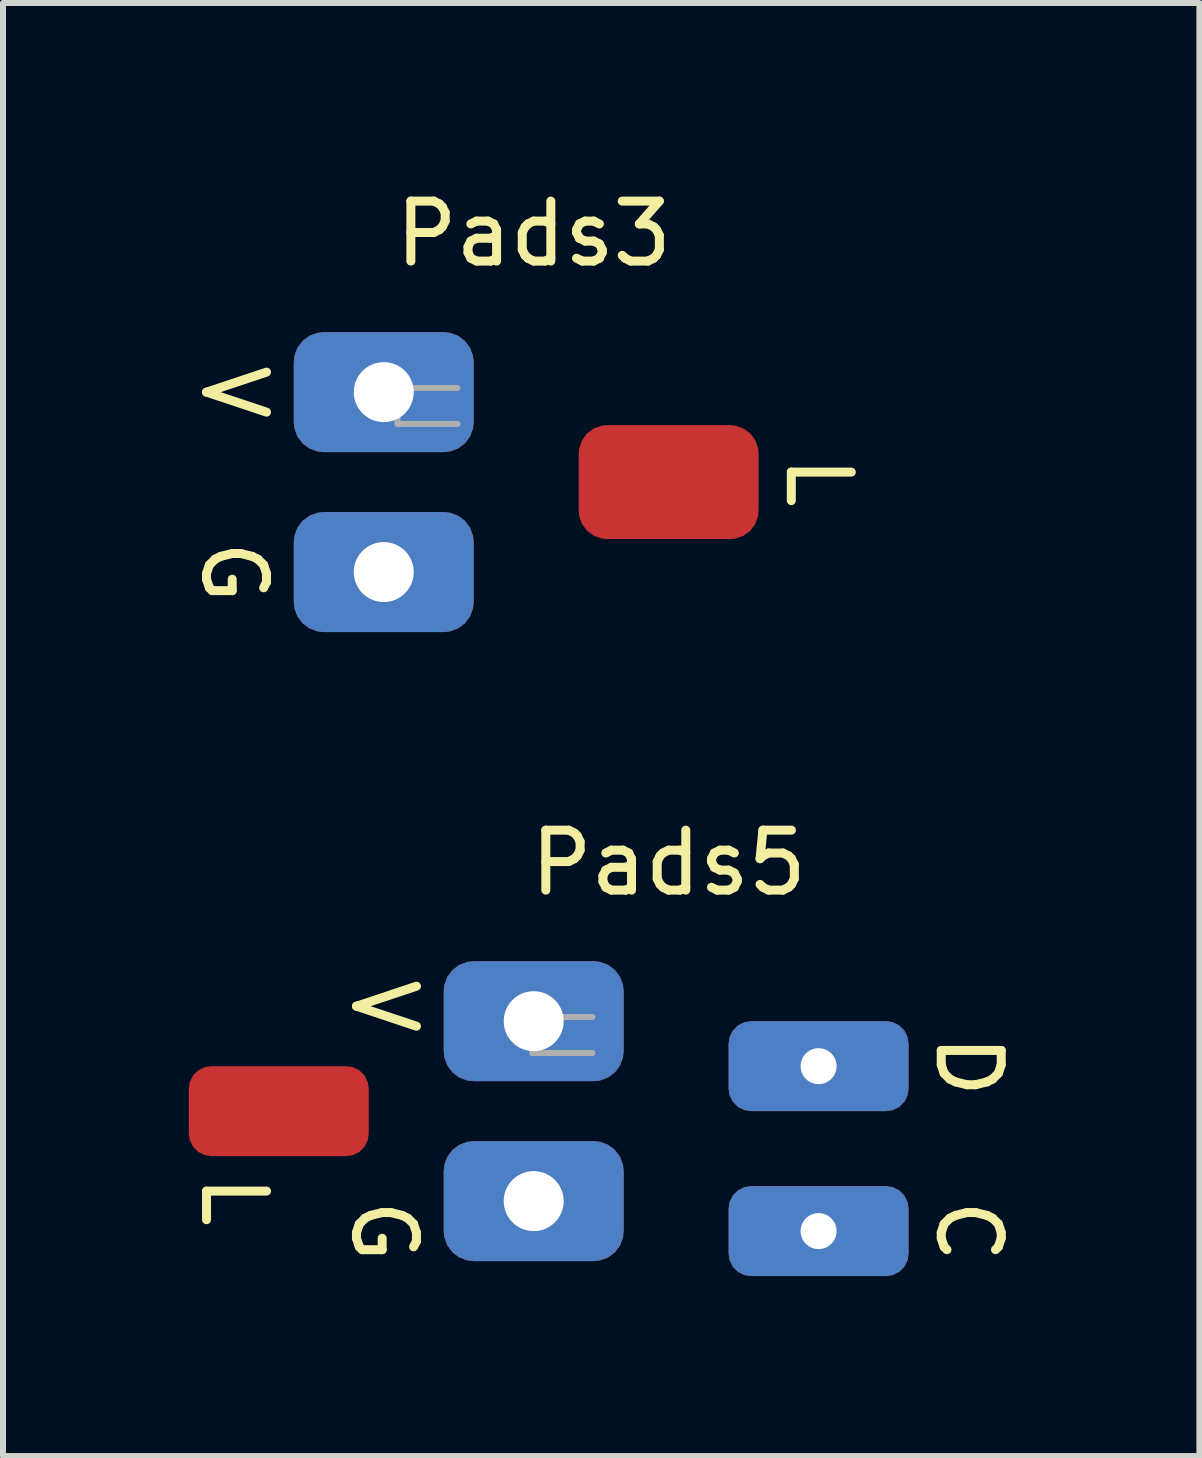
<source format=kicad_pcb>
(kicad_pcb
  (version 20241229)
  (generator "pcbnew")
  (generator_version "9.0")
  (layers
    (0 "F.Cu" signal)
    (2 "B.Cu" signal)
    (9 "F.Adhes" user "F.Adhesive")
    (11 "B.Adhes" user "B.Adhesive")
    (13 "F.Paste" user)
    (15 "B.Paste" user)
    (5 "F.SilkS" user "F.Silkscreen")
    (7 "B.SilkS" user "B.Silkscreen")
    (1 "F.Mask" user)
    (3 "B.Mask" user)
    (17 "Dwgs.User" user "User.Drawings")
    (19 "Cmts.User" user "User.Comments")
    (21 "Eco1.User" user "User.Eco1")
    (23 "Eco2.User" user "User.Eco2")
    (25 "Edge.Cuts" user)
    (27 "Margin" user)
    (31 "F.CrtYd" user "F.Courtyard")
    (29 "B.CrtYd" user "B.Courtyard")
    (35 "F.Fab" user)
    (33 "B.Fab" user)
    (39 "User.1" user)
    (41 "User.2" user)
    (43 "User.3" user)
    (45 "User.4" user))
  (footprint "Pads5"
    (layer "F.Cu")
    (at 8.098 15.476)
    (property "Reference" "Pads5" (at 0 -4.14 0) (layer "F.SilkS") (effects (font (size 1 1) (thickness 0.15))))
    (attr smd)
    (fp_line (start -2.27 -1.57) (end -1.27 -1.57) (stroke (width 0.1) (type solid)) (layer "F.Fab"))
    (fp_line (start -2.27 -0.97) (end -2.27 -1.57) (stroke (width 0.1) (type solid)) (layer "F.Fab"))
    (fp_line (start -1.27 -0.97) (end -2.27 -0.97) (stroke (width 0.1) (type solid)) (layer "F.Fab"))
    (fp_text user "D" (at 5 -0.75 270) (unlocked yes) (layer "F.SilkS") (effects (font (size 1 1) (thickness 0.15))))
    (fp_text user "V" (at -4.75 -1.75 270) (unlocked yes) (layer "F.SilkS") (effects (font (size 1 1) (thickness 0.15))))
    (fp_text user "C" (at 5 2 270) (unlocked yes) (layer "F.SilkS") (effects (font (size 1 1) (thickness 0.15))))
    (fp_text user "G" (at -4.75 2 270) (unlocked yes) (layer "F.SilkS") (effects (font (size 1 1) (thickness 0.15))))
    (fp_text user "L" (at -7.25 1.5 270) (unlocked yes) (layer "F.SilkS") (effects (font (size 1 1) (thickness 0.15))))
    (pad "1" thru_hole roundrect (at -2.25 -1.5) (size 3 2) (drill 1) (layers "*.Cu" "*.Mask") (roundrect_rratio 0.25))
    (pad "2" smd roundrect (at -6.5 0) (size 3 1.5) (layers "F.Cu" "F.Mask" "F.Paste") (roundrect_rratio 0.25))
    (pad "3" thru_hole roundrect (at 2.5 -0.75) (size 3 1.5) (drill 0.6) (layers "*.Cu" "*.Mask") (roundrect_rratio 0.25))
    (pad "4" thru_hole roundrect (at 2.5 2) (size 3 1.5) (drill 0.6) (layers "*.Cu" "*.Mask") (roundrect_rratio 0.25))
    (pad "5" thru_hole roundrect (at -2.25 1.5) (size 3 2) (drill 1) (layers "*.Cu" "*.Mask") (roundrect_rratio 0.25)))
  (footprint "Pads3"
    (layer "F.Cu")
    (at 5.848 4.988)
    (property "Reference" "Pads3" (at 0 -4.14 0) (layer "F.SilkS") (effects (font (size 1 1) (thickness 0.15))))
    (attr smd)
    (fp_line (start -2.27 -1.57) (end -1.27 -1.57) (stroke (width 0.1) (type solid)) (layer "F.Fab"))
    (fp_line (start -2.27 -0.97) (end -2.27 -1.57) (stroke (width 0.1) (type solid)) (layer "F.Fab"))
    (fp_line (start -1.27 -0.97) (end -2.27 -0.97) (stroke (width 0.1) (type solid)) (layer "F.Fab"))
    (fp_text user "L" (at 4.75 0 270) (unlocked yes) (layer "F.SilkS") (effects (font (size 1 1) (thickness 0.15))))
    (fp_text user "V" (at -5 -1.5 270) (unlocked yes) (layer "F.SilkS") (effects (font (size 1 1) (thickness 0.15))))
    (fp_text user "G" (at -5 1.5 270) (unlocked yes) (layer "F.SilkS") (effects (font (size 1 1) (thickness 0.15))))
    (pad "1" thru_hole roundrect (at -2.5 -1.5) (size 3 2) (drill 1) (layers "*.Cu" "*.Mask") (roundrect_rratio 0.25))
    (pad "2" smd roundrect (at 2.25 0) (size 3 1.9) (layers "F.Cu" "F.Mask" "F.Paste") (roundrect_rratio 0.25))
    (pad "3" thru_hole roundrect (at -2.5 1.5) (size 3 2) (drill 1) (layers "*.Cu" "*.Mask") (roundrect_rratio 0.25)))
  (gr_rect
    (start -3 -3)
    (end 16.947 21.227)
    (stroke (width 0.1) (type default))
    (fill no)
    (layer "Edge.Cuts")))
</source>
